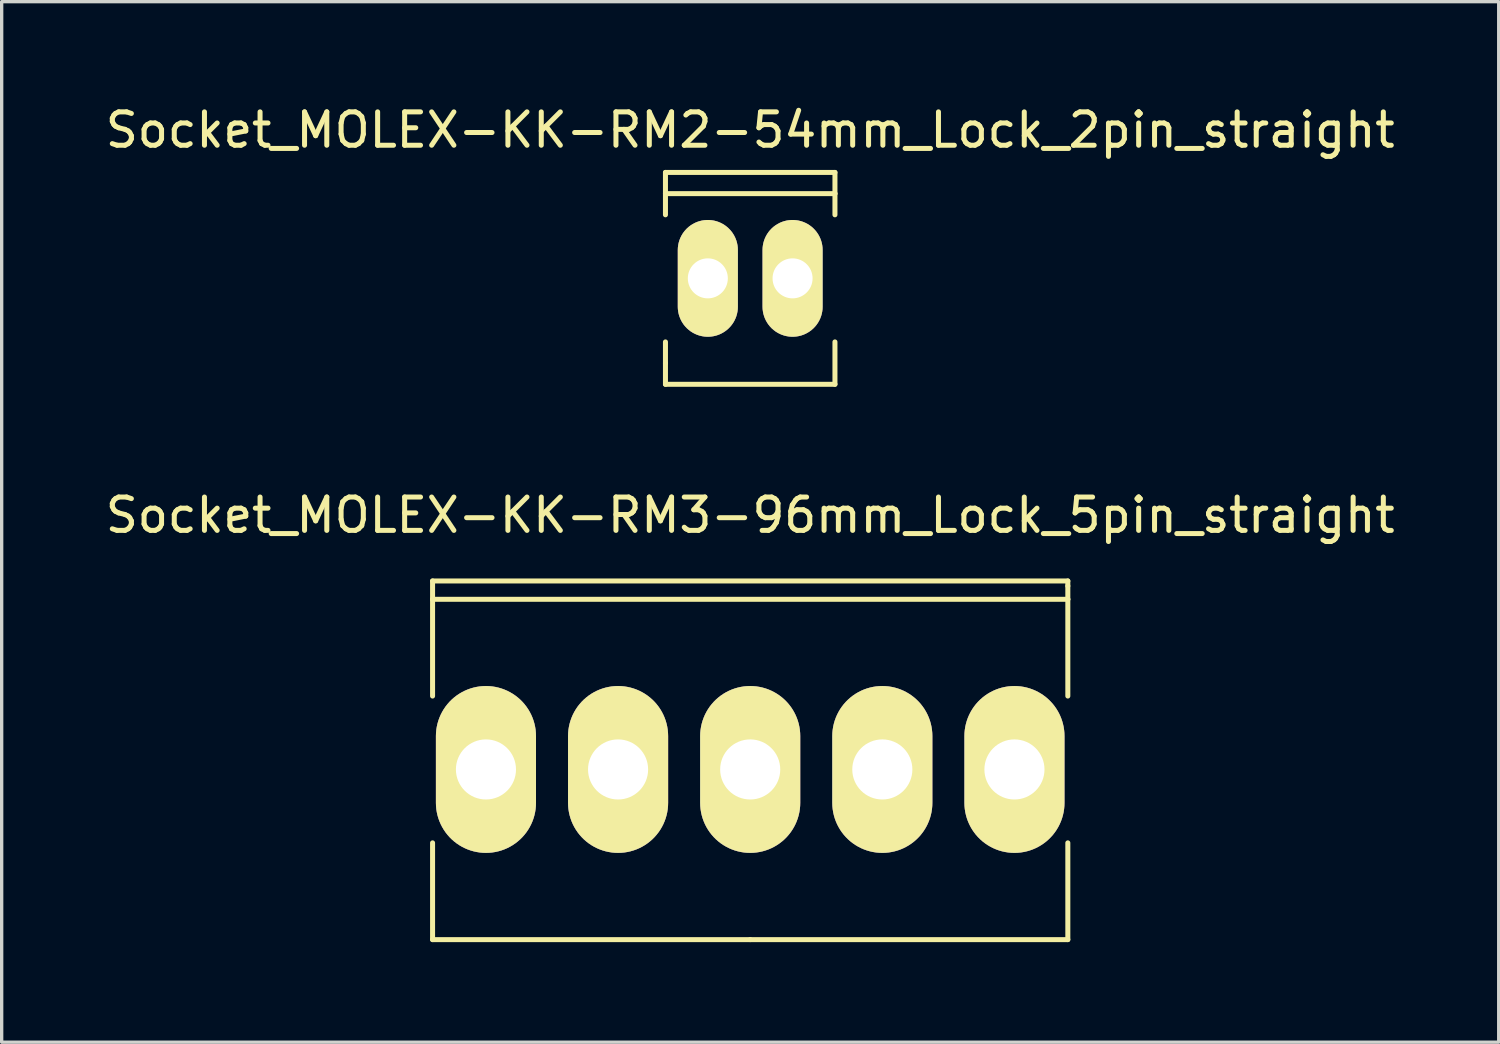
<source format=kicad_pcb>
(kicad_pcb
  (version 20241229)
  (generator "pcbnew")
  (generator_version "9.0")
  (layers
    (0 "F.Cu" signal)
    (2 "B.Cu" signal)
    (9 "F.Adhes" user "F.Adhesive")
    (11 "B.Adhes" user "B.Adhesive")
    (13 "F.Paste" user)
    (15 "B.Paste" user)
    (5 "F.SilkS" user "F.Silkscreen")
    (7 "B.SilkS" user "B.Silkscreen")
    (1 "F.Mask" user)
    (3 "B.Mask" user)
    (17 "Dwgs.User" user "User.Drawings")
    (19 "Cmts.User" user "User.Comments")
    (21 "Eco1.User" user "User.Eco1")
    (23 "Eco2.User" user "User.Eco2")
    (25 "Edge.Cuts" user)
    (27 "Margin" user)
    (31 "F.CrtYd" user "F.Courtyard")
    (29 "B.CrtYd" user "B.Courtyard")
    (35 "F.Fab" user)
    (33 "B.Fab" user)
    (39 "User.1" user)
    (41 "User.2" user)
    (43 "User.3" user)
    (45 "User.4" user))
  (footprint "Socket_MOLEX-KK-RM2-54mm_Lock_2pin_straight"
    (layer "F.Cu")
    (at 19.435 5.293)
    (property "Reference" "Socket_MOLEX-KK-RM2-54mm_Lock_2pin_straight" (at 0 -4.445 0) (layer "F.SilkS") (effects (font (size 1 1) (thickness 0.15))))
    (attr through_hole)
    (fp_line (start -2.54 -3.175) (end 2.54 -3.175) (stroke (width 0.15) (type solid)) (layer "F.SilkS"))
    (fp_line (start -2.54 -2.54) (end -2.54 -3.175) (stroke (width 0.15) (type solid)) (layer "F.SilkS"))
    (fp_line (start -2.54 -2.54) (end -2.54 -1.905) (stroke (width 0.15) (type solid)) (layer "F.SilkS"))
    (fp_line (start -2.54 -2.54) (end 2.54 -2.54) (stroke (width 0.15) (type solid)) (layer "F.SilkS"))
    (fp_line (start -2.54 2.54) (end -2.54 1.905) (stroke (width 0.15) (type solid)) (layer "F.SilkS"))
    (fp_line (start -2.54 3.175) (end -2.54 2.54) (stroke (width 0.15) (type solid)) (layer "F.SilkS"))
    (fp_line (start 2.54 -3.175) (end 2.54 -2.54) (stroke (width 0.15) (type solid)) (layer "F.SilkS"))
    (fp_line (start 2.54 -2.54) (end 2.54 -1.905) (stroke (width 0.15) (type solid)) (layer "F.SilkS"))
    (fp_line (start 2.54 3.175) (end -2.54 3.175) (stroke (width 0.15) (type solid)) (layer "F.SilkS"))
    (fp_line (start 2.54 3.175) (end 2.54 1.905) (stroke (width 0.15) (type solid)) (layer "F.SilkS"))
    (pad "1" thru_hole oval (at -1.27 0) (size 1.801 3.5) (drill 1.199) (layers "*.Cu" "*.Mask" "F.SilkS"))
    (pad "2" thru_hole oval (at 1.27 0) (size 1.801 3.5) (drill 1.199) (layers "*.Cu" "*.Mask" "F.SilkS")))
  (footprint "Socket_MOLEX-KK-RM3-96mm_Lock_5pin_straight"
    (layer "F.Cu")
    (at 19.435 20.012)
    (property "Reference" "Socket_MOLEX-KK-RM3-96mm_Lock_5pin_straight" (at 0 -7.62 0) (layer "F.SilkS") (effects (font (size 1 1) (thickness 0.15))))
    (attr through_hole)
    (fp_line (start -9.52 -5.649) (end -9.52 -5.1) (stroke (width 0.15) (type solid)) (layer "F.SilkS"))
    (fp_line (start -9.52 -5.1) (end -9.52 -2.2) (stroke (width 0.15) (type solid)) (layer "F.SilkS"))
    (fp_line (start -9.52 2.2) (end -9.52 5.1) (stroke (width 0.15) (type solid)) (layer "F.SilkS"))
    (fp_line (start -9.52 5.1) (end 0 5.1) (stroke (width 0.15) (type solid)) (layer "F.SilkS"))
    (fp_line (start 0 5.1) (end 9.52 5.1) (stroke (width 0.15) (type solid)) (layer "F.SilkS"))
    (fp_line (start 9.52 -5.649) (end -9.52 -5.649) (stroke (width 0.15) (type solid)) (layer "F.SilkS"))
    (fp_line (start 9.52 -5.499) (end 9.52 -5.649) (stroke (width 0.15) (type solid)) (layer "F.SilkS"))
    (fp_line (start 9.52 -5.1) (end -9.52 -5.1) (stroke (width 0.15) (type solid)) (layer "F.SilkS"))
    (fp_line (start 9.52 -5.1) (end 9.52 -5.499) (stroke (width 0.15) (type solid)) (layer "F.SilkS"))
    (fp_line (start 9.52 -2.2) (end 9.52 -5.1) (stroke (width 0.15) (type solid)) (layer "F.SilkS"))
    (fp_line (start 9.52 5.1) (end 9.52 2.2) (stroke (width 0.15) (type solid)) (layer "F.SilkS"))
    (pad "1" thru_hole oval (at -7.92 0) (size 3 5.001) (drill 1.801) (layers "*.Cu" "*.Mask" "F.SilkS"))
    (pad "2" thru_hole oval (at -3.96 0) (size 3 5.001) (drill 1.801) (layers "*.Cu" "*.Mask" "F.SilkS"))
    (pad "3" thru_hole oval (at 0 0) (size 3 5.001) (drill 1.801) (layers "*.Cu" "*.Mask" "F.SilkS"))
    (pad "4" thru_hole oval (at 3.96 0) (size 3 5.001) (drill 1.801) (layers "*.Cu" "*.Mask" "F.SilkS"))
    (pad "5" thru_hole oval (at 7.92 0) (size 3 5.001) (drill 1.801) (layers "*.Cu" "*.Mask" "F.SilkS")))
  (gr_rect
    (start -3 -3)
    (end 41.869 28.187)
    (stroke (width 0.1) (type default))
    (fill no)
    (layer "Edge.Cuts")))
</source>
